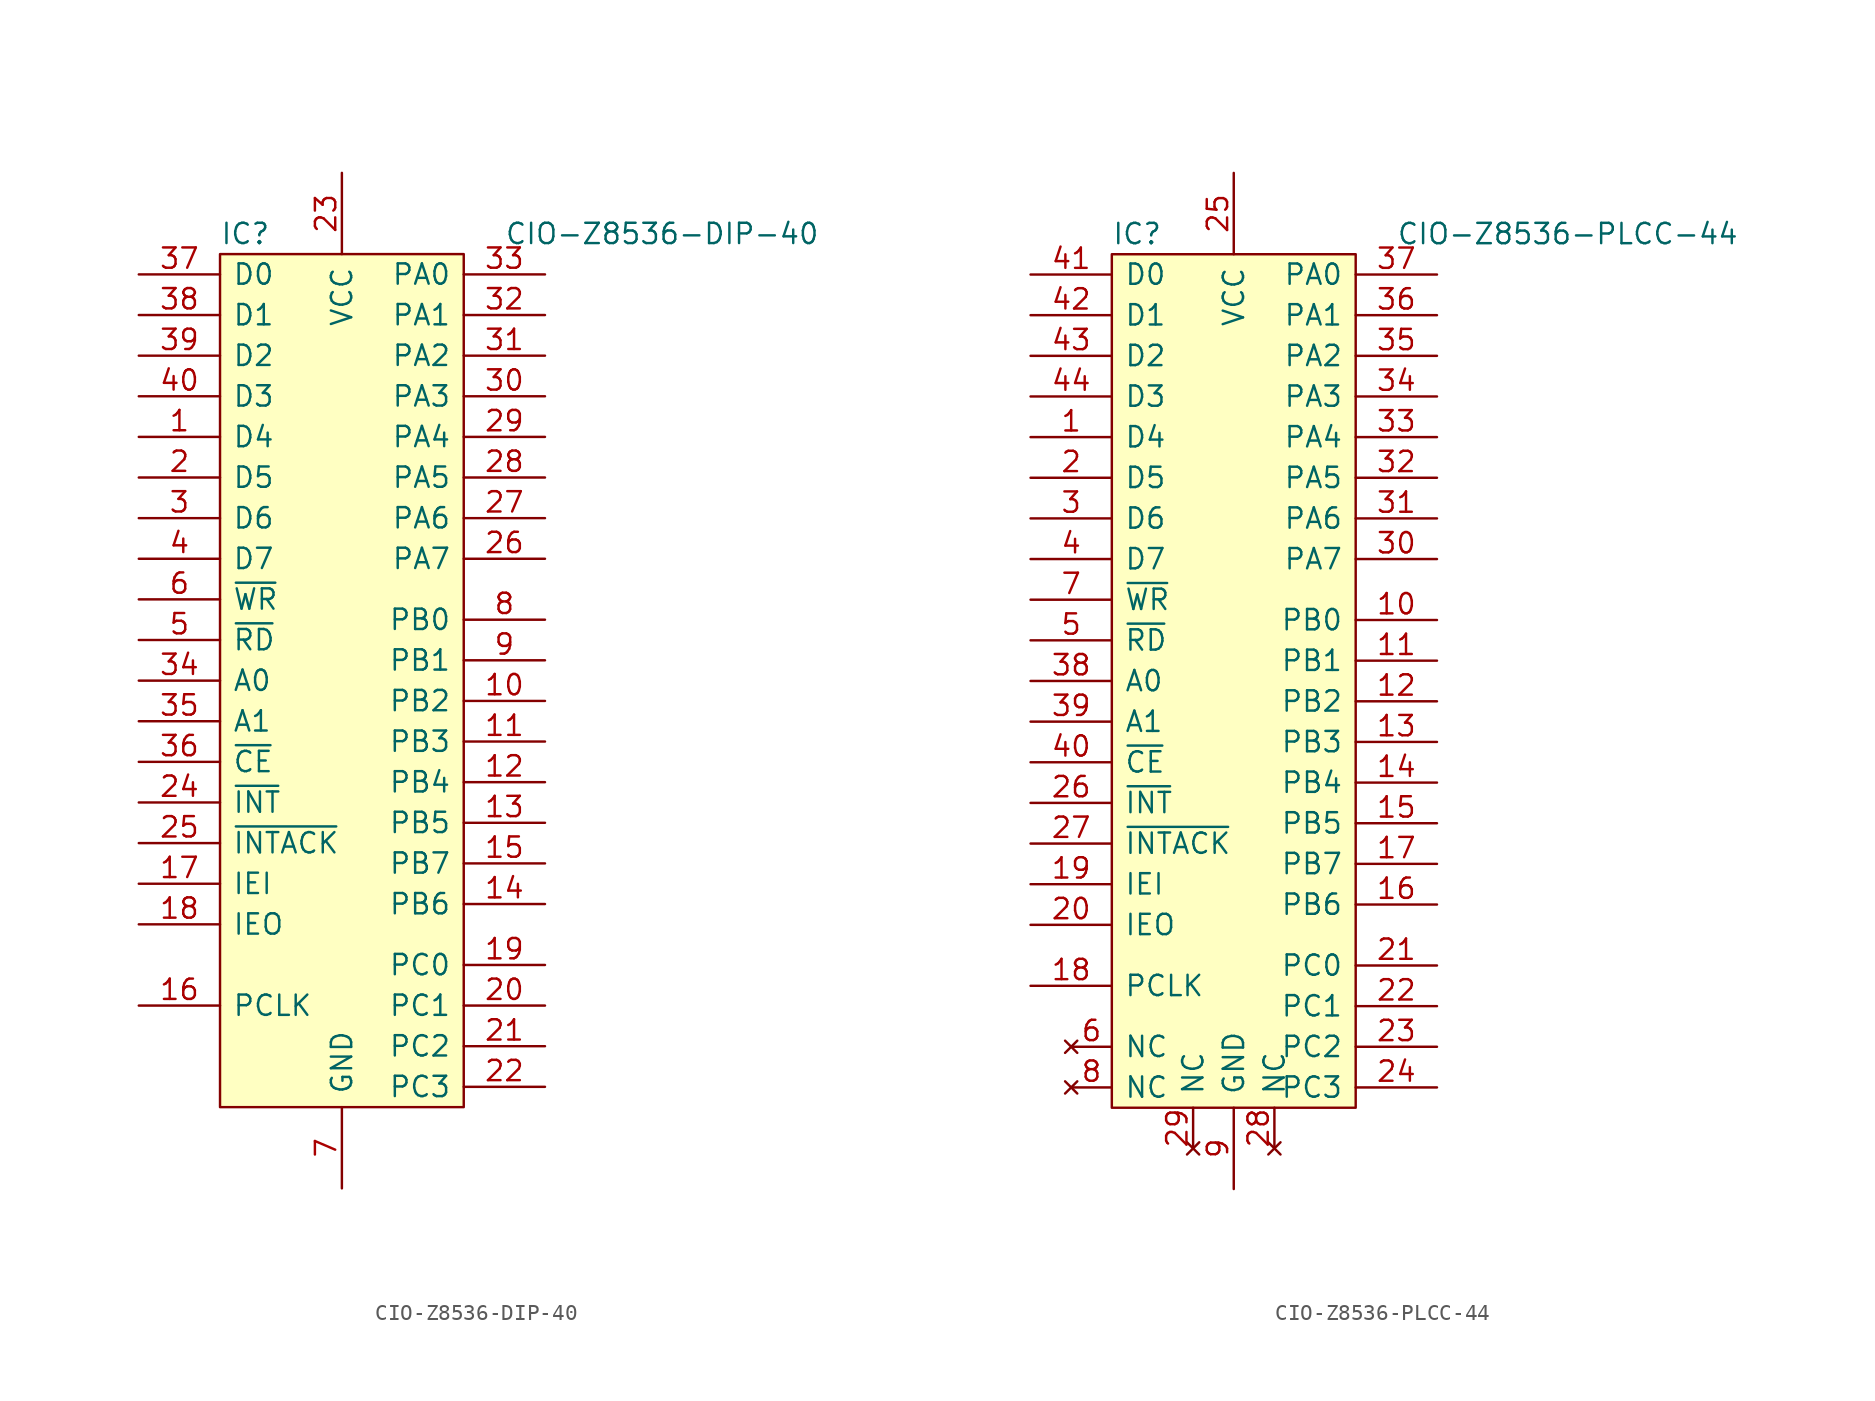
<source format=kicad_sym>
(kicad_symbol_lib
  (version 20211014)
  (generator kicad_symbol_editor)
  (symbol "CIO-Z8536-DIP-40"
    (pin_names
      (offset 0.762))
    (property "Reference" "IC"
      (at 0 1.27 0)
      (effects (font (size 1.27 1.27)) (justify left)))
    (property "Value" "CIO-Z8536-DIP-40"
      (at 17.78 1.27 0)
      (effects (font (size 1.27 1.27)) (justify left)))
    (symbol "CIO-Z8536-DIP-40_0_0"
      (pin bidirectional line (at -5.08 -11.43 0) (length 5.08) (name "D4" (effects (font (size 1.27 1.27)))) (number "1" (effects (font (size 1.27 1.27)))))
      (pin bidirectional line (at 20.32 -27.94 180) (length 5.08) (name "PB2" (effects (font (size 1.27 1.27)))) (number "10" (effects (font (size 1.27 1.27)))))
      (pin bidirectional line (at 20.32 -30.48 180) (length 5.08) (name "PB3" (effects (font (size 1.27 1.27)))) (number "11" (effects (font (size 1.27 1.27)))))
      (pin bidirectional line (at 20.32 -33.02 180) (length 5.08) (name "PB4" (effects (font (size 1.27 1.27)))) (number "12" (effects (font (size 1.27 1.27)))))
      (pin bidirectional line (at 20.32 -35.56 180) (length 5.08) (name "PB5" (effects (font (size 1.27 1.27)))) (number "13" (effects (font (size 1.27 1.27)))))
      (pin bidirectional line (at 20.32 -40.64 180) (length 5.08) (name "PB6" (effects (font (size 1.27 1.27)))) (number "14" (effects (font (size 1.27 1.27)))))
      (pin bidirectional line (at 20.32 -38.1 180) (length 5.08) (name "PB7" (effects (font (size 1.27 1.27)))) (number "15" (effects (font (size 1.27 1.27)))))
      (pin input line (at -5.08 -46.99 0) (length 5.08) (name "PCLK" (effects (font (size 1.27 1.27)))) (number "16" (effects (font (size 1.27 1.27)))))
      (pin input line (at -5.08 -39.37 0) (length 5.08) (name "IEI" (effects (font (size 1.27 1.27)))) (number "17" (effects (font (size 1.27 1.27)))))
      (pin output line (at -5.08 -41.91 0) (length 5.08) (name "IEO" (effects (font (size 1.27 1.27)))) (number "18" (effects (font (size 1.27 1.27)))))
      (pin bidirectional line (at 20.32 -44.45 180) (length 5.08) (name "PC0" (effects (font (size 1.27 1.27)))) (number "19" (effects (font (size 1.27 1.27)))))
      (pin bidirectional line (at -5.08 -13.97 0) (length 5.08) (name "D5" (effects (font (size 1.27 1.27)))) (number "2" (effects (font (size 1.27 1.27)))))
      (pin bidirectional line (at 20.32 -46.99 180) (length 5.08) (name "PC1" (effects (font (size 1.27 1.27)))) (number "20" (effects (font (size 1.27 1.27)))))
      (pin bidirectional line (at 20.32 -49.53 180) (length 5.08) (name "PC2" (effects (font (size 1.27 1.27)))) (number "21" (effects (font (size 1.27 1.27)))))
      (pin bidirectional line (at 20.32 -52.07 180) (length 5.08) (name "PC3" (effects (font (size 1.27 1.27)))) (number "22" (effects (font (size 1.27 1.27)))))
      (pin power_in line (at 7.62 5.08 270) (length 5.08) (name "VCC" (effects (font (size 1.27 1.27)))) (number "23" (effects (font (size 1.27 1.27)))))
      (pin output line (at -5.08 -34.29 0) (length 5.08) (name "~{INT}" (effects (font (size 1.27 1.27)))) (number "24" (effects (font (size 1.27 1.27)))))
      (pin input line (at -5.08 -36.83 0) (length 5.08) (name "~{INTACK}" (effects (font (size 1.27 1.27)))) (number "25" (effects (font (size 1.27 1.27)))))
      (pin bidirectional line (at 20.32 -19.05 180) (length 5.08) (name "PA7" (effects (font (size 1.27 1.27)))) (number "26" (effects (font (size 1.27 1.27)))))
      (pin bidirectional line (at 20.32 -16.51 180) (length 5.08) (name "PA6" (effects (font (size 1.27 1.27)))) (number "27" (effects (font (size 1.27 1.27)))))
      (pin bidirectional line (at 20.32 -13.97 180) (length 5.08) (name "PA5" (effects (font (size 1.27 1.27)))) (number "28" (effects (font (size 1.27 1.27)))))
      (pin bidirectional line (at 20.32 -11.43 180) (length 5.08) (name "PA4" (effects (font (size 1.27 1.27)))) (number "29" (effects (font (size 1.27 1.27)))))
      (pin bidirectional line (at -5.08 -16.51 0) (length 5.08) (name "D6" (effects (font (size 1.27 1.27)))) (number "3" (effects (font (size 1.27 1.27)))))
      (pin bidirectional line (at 20.32 -8.89 180) (length 5.08) (name "PA3" (effects (font (size 1.27 1.27)))) (number "30" (effects (font (size 1.27 1.27)))))
      (pin bidirectional line (at 20.32 -6.35 180) (length 5.08) (name "PA2" (effects (font (size 1.27 1.27)))) (number "31" (effects (font (size 1.27 1.27)))))
      (pin bidirectional line (at 20.32 -3.81 180) (length 5.08) (name "PA1" (effects (font (size 1.27 1.27)))) (number "32" (effects (font (size 1.27 1.27)))))
      (pin bidirectional line (at 20.32 -1.27 180) (length 5.08) (name "PA0" (effects (font (size 1.27 1.27)))) (number "33" (effects (font (size 1.27 1.27)))))
      (pin input line (at -5.08 -26.67 0) (length 5.08) (name "A0" (effects (font (size 1.27 1.27)))) (number "34" (effects (font (size 1.27 1.27)))))
      (pin input line (at -5.08 -29.21 0) (length 5.08) (name "A1" (effects (font (size 1.27 1.27)))) (number "35" (effects (font (size 1.27 1.27)))))
      (pin input line (at -5.08 -31.75 0) (length 5.08) (name "~{CE}" (effects (font (size 1.27 1.27)))) (number "36" (effects (font (size 1.27 1.27)))))
      (pin bidirectional line (at -5.08 -1.27 0) (length 5.08) (name "D0" (effects (font (size 1.27 1.27)))) (number "37" (effects (font (size 1.27 1.27)))))
      (pin bidirectional line (at -5.08 -3.81 0) (length 5.08) (name "D1" (effects (font (size 1.27 1.27)))) (number "38" (effects (font (size 1.27 1.27)))))
      (pin bidirectional line (at -5.08 -6.35 0) (length 5.08) (name "D2" (effects (font (size 1.27 1.27)))) (number "39" (effects (font (size 1.27 1.27)))))
      (pin bidirectional line (at -5.08 -19.05 0) (length 5.08) (name "D7" (effects (font (size 1.27 1.27)))) (number "4" (effects (font (size 1.27 1.27)))))
      (pin bidirectional line (at -5.08 -8.89 0) (length 5.08) (name "D3" (effects (font (size 1.27 1.27)))) (number "40" (effects (font (size 1.27 1.27)))))
      (pin input line (at -5.08 -24.13 0) (length 5.08) (name "~{RD}" (effects (font (size 1.27 1.27)))) (number "5" (effects (font (size 1.27 1.27)))))
      (pin input line (at -5.08 -21.59 0) (length 5.08) (name "~{WR}" (effects (font (size 1.27 1.27)))) (number "6" (effects (font (size 1.27 1.27)))))
      (pin power_in line (at 7.62 -58.42 90) (length 5.08) (name "GND" (effects (font (size 1.27 1.27)))) (number "7" (effects (font (size 1.27 1.27)))))
      (pin bidirectional line (at 20.32 -22.86 180) (length 5.08) (name "PB0" (effects (font (size 1.27 1.27)))) (number "8" (effects (font (size 1.27 1.27)))))
      (pin bidirectional line (at 20.32 -25.4 180) (length 5.08) (name "PB1" (effects (font (size 1.27 1.27)))) (number "9" (effects (font (size 1.27 1.27))))))
    (symbol "CIO-Z8536-DIP-40_0_1"
      (rectangle (start 0 0) (end 15.24 -53.34) (stroke (width 0) (type default) (color 0 0 0 0)) (fill (type background)))))
  (symbol "CIO-Z8536-PLCC-44"
    (pin_names
      (offset 0.762))
    (property "Reference" "IC"
      (at 0 1.27 0)
      (effects (font (size 1.27 1.27)) (justify left)))
    (property "Value" "CIO-Z8536-PLCC-44"
      (at 17.78 1.27 0)
      (effects (font (size 1.27 1.27)) (justify left)))
    (symbol "CIO-Z8536-PLCC-44_0_0"
      (pin bidirectional line (at -5.08 -11.43 0) (length 5.08) (name "D4" (effects (font (size 1.27 1.27)))) (number "1" (effects (font (size 1.27 1.27)))))
      (pin bidirectional line (at 20.32 -22.86 180) (length 5.08) (name "PB0" (effects (font (size 1.27 1.27)))) (number "10" (effects (font (size 1.27 1.27)))))
      (pin bidirectional line (at 20.32 -25.4 180) (length 5.08) (name "PB1" (effects (font (size 1.27 1.27)))) (number "11" (effects (font (size 1.27 1.27)))))
      (pin bidirectional line (at 20.32 -27.94 180) (length 5.08) (name "PB2" (effects (font (size 1.27 1.27)))) (number "12" (effects (font (size 1.27 1.27)))))
      (pin bidirectional line (at 20.32 -30.48 180) (length 5.08) (name "PB3" (effects (font (size 1.27 1.27)))) (number "13" (effects (font (size 1.27 1.27)))))
      (pin bidirectional line (at 20.32 -33.02 180) (length 5.08) (name "PB4" (effects (font (size 1.27 1.27)))) (number "14" (effects (font (size 1.27 1.27)))))
      (pin bidirectional line (at 20.32 -35.56 180) (length 5.08) (name "PB5" (effects (font (size 1.27 1.27)))) (number "15" (effects (font (size 1.27 1.27)))))
      (pin bidirectional line (at 20.32 -40.64 180) (length 5.08) (name "PB6" (effects (font (size 1.27 1.27)))) (number "16" (effects (font (size 1.27 1.27)))))
      (pin bidirectional line (at 20.32 -38.1 180) (length 5.08) (name "PB7" (effects (font (size 1.27 1.27)))) (number "17" (effects (font (size 1.27 1.27)))))
      (pin input line (at -5.08 -45.72 0) (length 5.08) (name "PCLK" (effects (font (size 1.27 1.27)))) (number "18" (effects (font (size 1.27 1.27)))))
      (pin input line (at -5.08 -39.37 0) (length 5.08) (name "IEI" (effects (font (size 1.27 1.27)))) (number "19" (effects (font (size 1.27 1.27)))))
      (pin bidirectional line (at -5.08 -13.97 0) (length 5.08) (name "D5" (effects (font (size 1.27 1.27)))) (number "2" (effects (font (size 1.27 1.27)))))
      (pin output line (at -5.08 -41.91 0) (length 5.08) (name "IEO" (effects (font (size 1.27 1.27)))) (number "20" (effects (font (size 1.27 1.27)))))
      (pin bidirectional line (at 20.32 -44.45 180) (length 5.08) (name "PC0" (effects (font (size 1.27 1.27)))) (number "21" (effects (font (size 1.27 1.27)))))
      (pin bidirectional line (at 20.32 -46.99 180) (length 5.08) (name "PC1" (effects (font (size 1.27 1.27)))) (number "22" (effects (font (size 1.27 1.27)))))
      (pin bidirectional line (at 20.32 -49.53 180) (length 5.08) (name "PC2" (effects (font (size 1.27 1.27)))) (number "23" (effects (font (size 1.27 1.27)))))
      (pin bidirectional line (at 20.32 -52.07 180) (length 5.08) (name "PC3" (effects (font (size 1.27 1.27)))) (number "24" (effects (font (size 1.27 1.27)))))
      (pin power_in line (at 7.62 5.08 270) (length 5.08) (name "VCC" (effects (font (size 1.27 1.27)))) (number "25" (effects (font (size 1.27 1.27)))))
      (pin output line (at -5.08 -34.29 0) (length 5.08) (name "~{INT}" (effects (font (size 1.27 1.27)))) (number "26" (effects (font (size 1.27 1.27)))))
      (pin input line (at -5.08 -36.83 0) (length 5.08) (name "~{INTACK}" (effects (font (size 1.27 1.27)))) (number "27" (effects (font (size 1.27 1.27)))))
      (pin no_connect line (at 10.16 -55.88 90) (length 2.54) (name "NC" (effects (font (size 1.27 1.27)))) (number "28" (effects (font (size 1.27 1.27)))))
      (pin no_connect line (at 5.08 -55.88 90) (length 2.54) (name "NC" (effects (font (size 1.27 1.27)))) (number "29" (effects (font (size 1.27 1.27)))))
      (pin bidirectional line (at -5.08 -16.51 0) (length 5.08) (name "D6" (effects (font (size 1.27 1.27)))) (number "3" (effects (font (size 1.27 1.27)))))
      (pin bidirectional line (at 20.32 -19.05 180) (length 5.08) (name "PA7" (effects (font (size 1.27 1.27)))) (number "30" (effects (font (size 1.27 1.27)))))
      (pin bidirectional line (at 20.32 -16.51 180) (length 5.08) (name "PA6" (effects (font (size 1.27 1.27)))) (number "31" (effects (font (size 1.27 1.27)))))
      (pin bidirectional line (at 20.32 -13.97 180) (length 5.08) (name "PA5" (effects (font (size 1.27 1.27)))) (number "32" (effects (font (size 1.27 1.27)))))
      (pin bidirectional line (at 20.32 -11.43 180) (length 5.08) (name "PA4" (effects (font (size 1.27 1.27)))) (number "33" (effects (font (size 1.27 1.27)))))
      (pin bidirectional line (at 20.32 -8.89 180) (length 5.08) (name "PA3" (effects (font (size 1.27 1.27)))) (number "34" (effects (font (size 1.27 1.27)))))
      (pin bidirectional line (at 20.32 -6.35 180) (length 5.08) (name "PA2" (effects (font (size 1.27 1.27)))) (number "35" (effects (font (size 1.27 1.27)))))
      (pin bidirectional line (at 20.32 -3.81 180) (length 5.08) (name "PA1" (effects (font (size 1.27 1.27)))) (number "36" (effects (font (size 1.27 1.27)))))
      (pin bidirectional line (at 20.32 -1.27 180) (length 5.08) (name "PA0" (effects (font (size 1.27 1.27)))) (number "37" (effects (font (size 1.27 1.27)))))
      (pin input line (at -5.08 -26.67 0) (length 5.08) (name "A0" (effects (font (size 1.27 1.27)))) (number "38" (effects (font (size 1.27 1.27)))))
      (pin input line (at -5.08 -29.21 0) (length 5.08) (name "A1" (effects (font (size 1.27 1.27)))) (number "39" (effects (font (size 1.27 1.27)))))
      (pin bidirectional line (at -5.08 -19.05 0) (length 5.08) (name "D7" (effects (font (size 1.27 1.27)))) (number "4" (effects (font (size 1.27 1.27)))))
      (pin input line (at -5.08 -31.75 0) (length 5.08) (name "~{CE}" (effects (font (size 1.27 1.27)))) (number "40" (effects (font (size 1.27 1.27)))))
      (pin bidirectional line (at -5.08 -1.27 0) (length 5.08) (name "D0" (effects (font (size 1.27 1.27)))) (number "41" (effects (font (size 1.27 1.27)))))
      (pin bidirectional line (at -5.08 -3.81 0) (length 5.08) (name "D1" (effects (font (size 1.27 1.27)))) (number "42" (effects (font (size 1.27 1.27)))))
      (pin bidirectional line (at -5.08 -6.35 0) (length 5.08) (name "D2" (effects (font (size 1.27 1.27)))) (number "43" (effects (font (size 1.27 1.27)))))
      (pin bidirectional line (at -5.08 -8.89 0) (length 5.08) (name "D3" (effects (font (size 1.27 1.27)))) (number "44" (effects (font (size 1.27 1.27)))))
      (pin input line (at -5.08 -24.13 0) (length 5.08) (name "~{RD}" (effects (font (size 1.27 1.27)))) (number "5" (effects (font (size 1.27 1.27)))))
      (pin no_connect line (at -2.54 -49.53 0) (length 2.54) (name "NC" (effects (font (size 1.27 1.27)))) (number "6" (effects (font (size 1.27 1.27)))))
      (pin input line (at -5.08 -21.59 0) (length 5.08) (name "~{WR}" (effects (font (size 1.27 1.27)))) (number "7" (effects (font (size 1.27 1.27)))))
      (pin no_connect line (at -2.54 -52.07 0) (length 2.54) (name "NC" (effects (font (size 1.27 1.27)))) (number "8" (effects (font (size 1.27 1.27)))))
      (pin power_in line (at 7.62 -58.42 90) (length 5.08) (name "GND" (effects (font (size 1.27 1.27)))) (number "9" (effects (font (size 1.27 1.27))))))
    (symbol "CIO-Z8536-PLCC-44_0_1"
      (rectangle (start 0 0) (end 15.24 -53.34) (stroke (width 0) (type default) (color 0 0 0 0)) (fill (type background))))))
</source>
